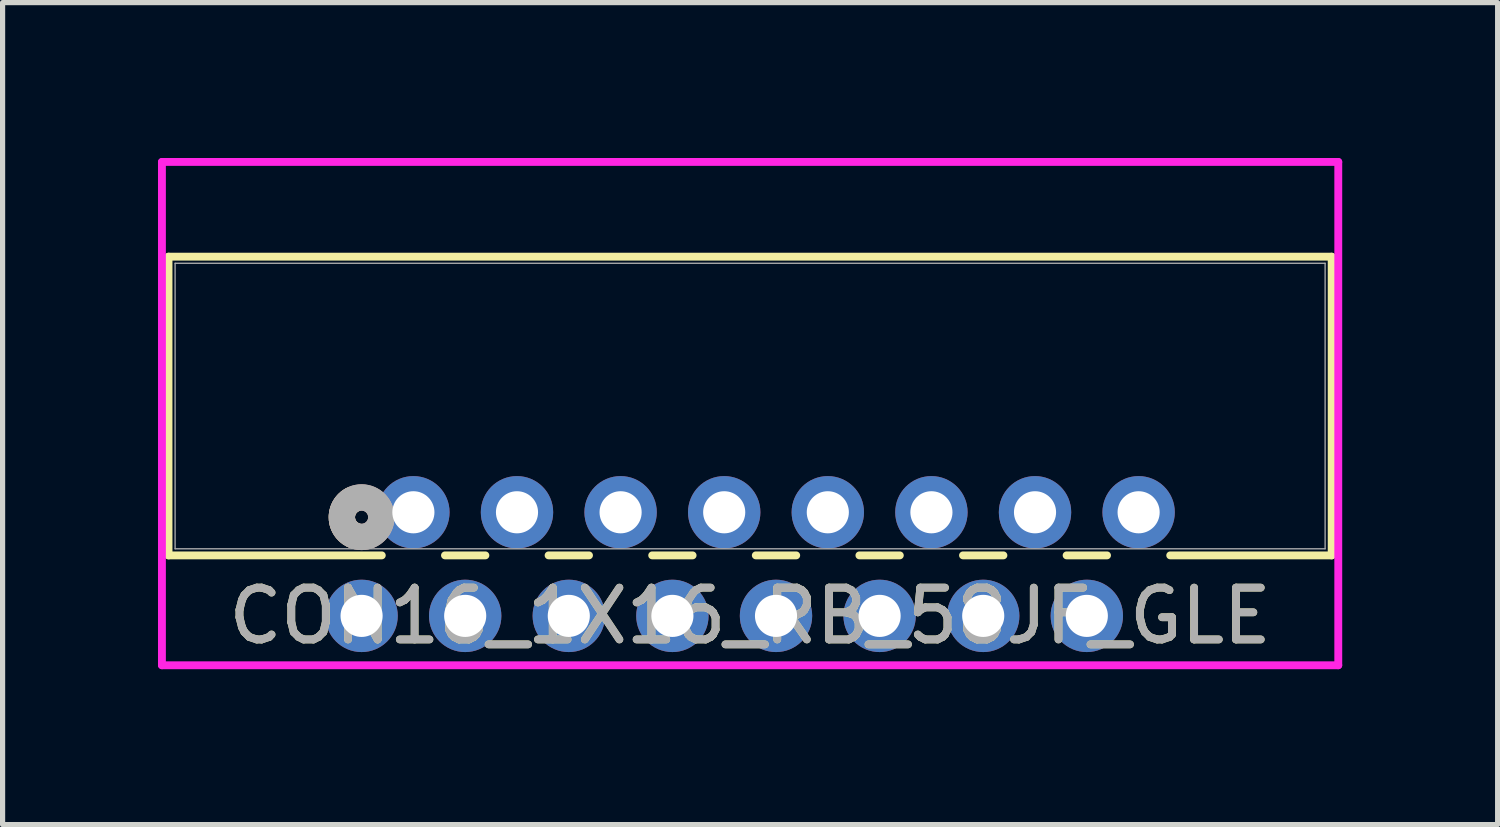
<source format=kicad_pcb>
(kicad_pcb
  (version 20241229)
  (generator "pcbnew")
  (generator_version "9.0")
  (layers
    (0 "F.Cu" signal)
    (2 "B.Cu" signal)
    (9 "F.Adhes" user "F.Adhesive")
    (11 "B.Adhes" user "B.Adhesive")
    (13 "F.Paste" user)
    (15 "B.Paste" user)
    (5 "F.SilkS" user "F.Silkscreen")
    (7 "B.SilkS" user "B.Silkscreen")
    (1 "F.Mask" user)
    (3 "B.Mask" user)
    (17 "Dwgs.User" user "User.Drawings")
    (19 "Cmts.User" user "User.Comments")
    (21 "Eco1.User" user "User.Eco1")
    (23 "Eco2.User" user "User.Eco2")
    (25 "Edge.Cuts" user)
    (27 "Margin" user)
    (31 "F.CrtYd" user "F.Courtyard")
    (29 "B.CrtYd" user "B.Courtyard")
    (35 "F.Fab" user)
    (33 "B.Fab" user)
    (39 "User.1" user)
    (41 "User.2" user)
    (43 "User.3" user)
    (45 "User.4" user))
  (footprint "CON16_1X16_RB_58JF_GLE"
    (layer "F.Cu")
    (at 3.93 8.839)
    (property "Reference" "CON16_1X16_RB_58JF_GLE" (at 7.5 0 0) (unlocked yes) (layer "F.SilkS") (effects (font (size 1 1) (thickness 0.15))))
    (attr through_hole)
    (fp_line (start -3.727 -6.934) (end -3.727 -1.168) (stroke (width 0.152) (type solid)) (layer "F.SilkS"))
    (fp_line (start -3.727 -1.168) (end 0.39 -1.168) (stroke (width 0.152) (type solid)) (layer "F.SilkS"))
    (fp_line (start 1.61 -1.168) (end 2.39 -1.168) (stroke (width 0.152) (type solid)) (layer "F.SilkS"))
    (fp_line (start 3.61 -1.168) (end 4.39 -1.168) (stroke (width 0.152) (type solid)) (layer "F.SilkS"))
    (fp_line (start 5.61 -1.168) (end 6.39 -1.168) (stroke (width 0.152) (type solid)) (layer "F.SilkS"))
    (fp_line (start 7.61 -1.168) (end 8.39 -1.168) (stroke (width 0.152) (type solid)) (layer "F.SilkS"))
    (fp_line (start 9.61 -1.168) (end 10.39 -1.168) (stroke (width 0.152) (type solid)) (layer "F.SilkS"))
    (fp_line (start 11.61 -1.168) (end 12.39 -1.168) (stroke (width 0.152) (type solid)) (layer "F.SilkS"))
    (fp_line (start 13.61 -1.168) (end 14.39 -1.168) (stroke (width 0.152) (type solid)) (layer "F.SilkS"))
    (fp_line (start 15.61 -1.168) (end 18.727 -1.168) (stroke (width 0.152) (type solid)) (layer "F.SilkS"))
    (fp_line (start 18.727 -6.934) (end -3.727 -6.934) (stroke (width 0.152) (type solid)) (layer "F.SilkS"))
    (fp_line (start 18.727 -1.168) (end 18.727 -6.934) (stroke (width 0.152) (type solid)) (layer "F.SilkS"))
    (fp_arc (start -0.119423 -1.5432) (mid -0.379292 -1.868967) (end -0.185415 -2.23784) (stroke (width 0.508) (type solid)) (layer "F.SilkS"))
    (fp_circle (center 0 -1.905) (end 0.381 -1.905) (stroke (width 0.508) (type solid)) (fill no) (layer "B.SilkS"))
    (fp_line (start -3.854 -8.763) (end -3.854 0.953) (stroke (width 0.152) (type solid)) (layer "F.CrtYd"))
    (fp_line (start -3.854 0.953) (end 18.854 0.953) (stroke (width 0.152) (type solid)) (layer "F.CrtYd"))
    (fp_line (start 18.854 -8.763) (end -3.854 -8.763) (stroke (width 0.152) (type solid)) (layer "F.CrtYd"))
    (fp_line (start 18.854 0.953) (end 18.854 -8.763) (stroke (width 0.152) (type solid)) (layer "F.CrtYd"))
    (fp_line (start -3.6 -6.807) (end -3.6 -1.295) (stroke (width 0.025) (type solid)) (layer "F.Fab"))
    (fp_line (start -3.6 -1.295) (end 18.6 -1.295) (stroke (width 0.025) (type solid)) (layer "F.Fab"))
    (fp_line (start 18.6 -6.807) (end -3.6 -6.807) (stroke (width 0.025) (type solid)) (layer "F.Fab"))
    (fp_line (start 18.6 -1.295) (end 18.6 -6.807) (stroke (width 0.025) (type solid)) (layer "F.Fab"))
    (fp_circle (center 0 -1.905) (end 0.381 -1.905) (stroke (width 0.508) (type solid)) (fill no) (layer "F.Fab"))
    (fp_text user "${REFERENCE}" (at 7.5 0 0) (unlocked yes) (layer "F.Fab") (effects (font (size 1 1) (thickness 0.15))))
    (pad "1" thru_hole circle (at 0 0) (size 1.397 1.397) (drill 0.813) (layers "*.Cu" "*.Mask"))
    (pad "2" thru_hole circle (at 1 -2) (size 1.397 1.397) (drill 0.813) (layers "*.Cu" "*.Mask"))
    (pad "3" thru_hole circle (at 2 0) (size 1.397 1.397) (drill 0.813) (layers "*.Cu" "*.Mask"))
    (pad "4" thru_hole circle (at 3 -2) (size 1.397 1.397) (drill 0.813) (layers "*.Cu" "*.Mask"))
    (pad "5" thru_hole circle (at 4 0) (size 1.397 1.397) (drill 0.813) (layers "*.Cu" "*.Mask"))
    (pad "6" thru_hole circle (at 5 -2) (size 1.397 1.397) (drill 0.813) (layers "*.Cu" "*.Mask"))
    (pad "7" thru_hole circle (at 6 0) (size 1.397 1.397) (drill 0.813) (layers "*.Cu" "*.Mask"))
    (pad "8" thru_hole circle (at 7 -2) (size 1.397 1.397) (drill 0.813) (layers "*.Cu" "*.Mask"))
    (pad "9" thru_hole circle (at 8 0) (size 1.397 1.397) (drill 0.813) (layers "*.Cu" "*.Mask"))
    (pad "10" thru_hole circle (at 9 -2) (size 1.397 1.397) (drill 0.813) (layers "*.Cu" "*.Mask"))
    (pad "11" thru_hole circle (at 10 0) (size 1.397 1.397) (drill 0.813) (layers "*.Cu" "*.Mask"))
    (pad "12" thru_hole circle (at 11 -2) (size 1.397 1.397) (drill 0.813) (layers "*.Cu" "*.Mask"))
    (pad "13" thru_hole circle (at 12 0) (size 1.397 1.397) (drill 0.813) (layers "*.Cu" "*.Mask"))
    (pad "14" thru_hole circle (at 13 -2) (size 1.397 1.397) (drill 0.813) (layers "*.Cu" "*.Mask"))
    (pad "15" thru_hole circle (at 14 0) (size 1.397 1.397) (drill 0.813) (layers "*.Cu" "*.Mask"))
    (pad "16" thru_hole circle (at 15 -2) (size 1.397 1.397) (drill 0.813) (layers "*.Cu" "*.Mask")))
  (gr_rect
    (start -3 -3)
    (end 25.86 12.868)
    (stroke (width 0.1) (type default))
    (fill no)
    (layer "Edge.Cuts")))
</source>
